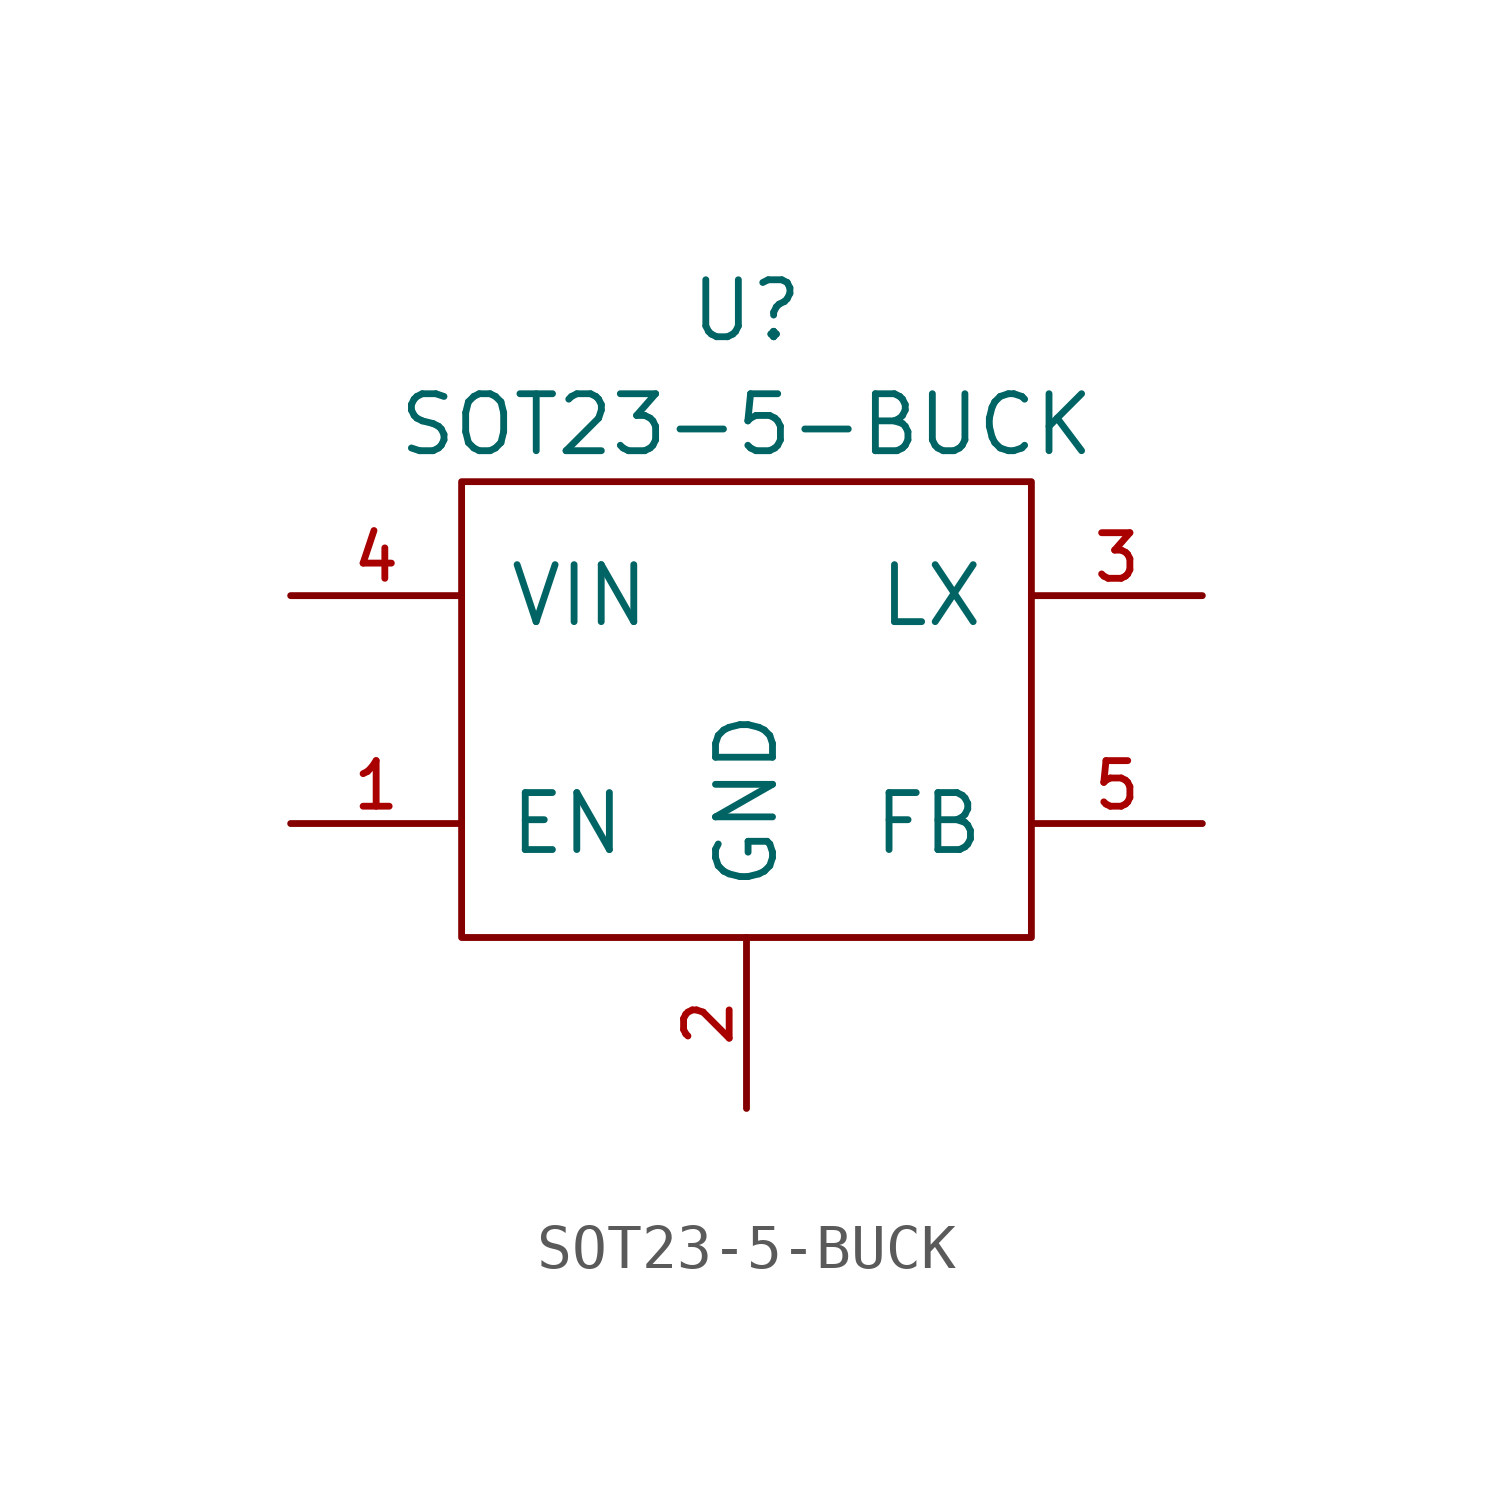
<source format=kicad_sym>
(kicad_symbol_lib
  (version 20211014)
  (generator kicad_symbol_editor)
  (symbol "SOT23-5-BUCK"
    (pin_names
      (offset 1.016))
    (property "Reference" "U"
      (at 0 8.89 0)
      (effects (font (size 1.27 1.27))))
    (property "Value" "SOT23-5-BUCK"
      (at 0 6.35 0)
      (effects (font (size 1.27 1.27))))
    (symbol "SOT23-5-BUCK_0_1"
      (rectangle (start -6.35 5.08) (end 6.35 -5.08) (stroke (width 0) (type default) (color 0 0 0 0)) (fill (type none))))
    (symbol "SOT23-5-BUCK_1_1"
      (pin input line (at -10.16 -2.54 0) (length 3.81) (name "EN" (effects (font (size 1.27 1.27)))) (number "1" (effects (font (size 1.016 1.016)))))
      (pin power_in line (at 0 -8.89 90) (length 3.81) (name "GND" (effects (font (size 1.27 1.27)))) (number "2" (effects (font (size 1.016 1.016)))))
      (pin passive line (at 10.16 2.54 180) (length 3.81) (name "LX" (effects (font (size 1.27 1.27)))) (number "3" (effects (font (size 1.016 1.016)))))
      (pin power_in line (at -10.16 2.54 0) (length 3.81) (name "VIN" (effects (font (size 1.27 1.27)))) (number "4" (effects (font (size 1.016 1.016)))))
      (pin passive line (at 10.16 -2.54 180) (length 3.81) (name "FB" (effects (font (size 1.27 1.27)))) (number "5" (effects (font (size 1.016 1.016))))))))
</source>
